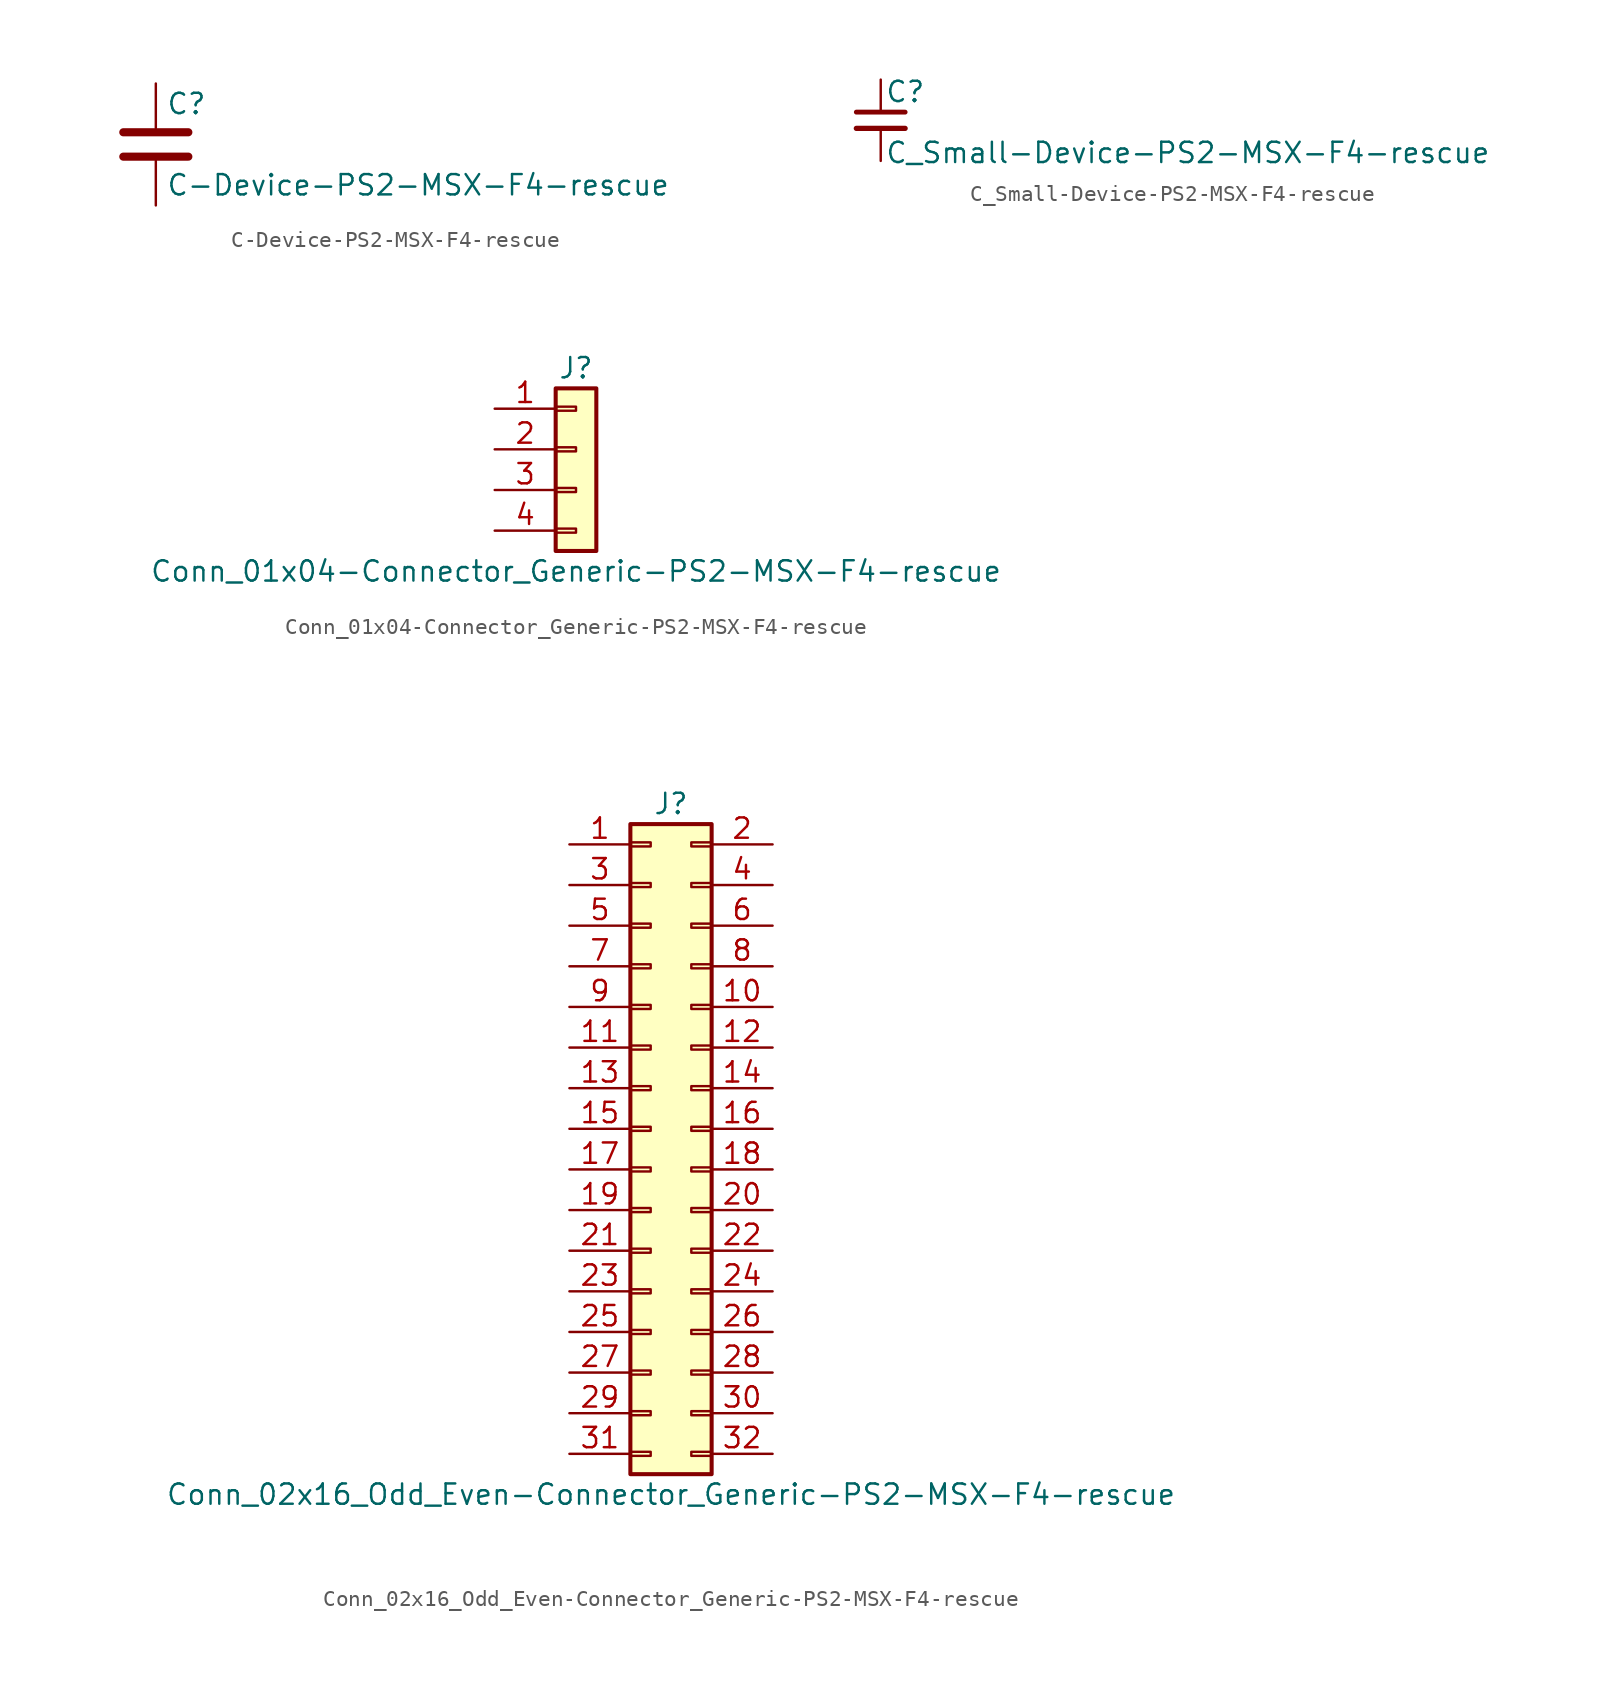
<source format=kicad_sym>
(kicad_symbol_lib
  (version 20211014)
  (generator kicad_symbol_editor)
  (symbol "C-Device-PS2-MSX-F4-rescue"
    (pin_numbers hide)
    (pin_names
      (offset 0.254))
    (property "Reference" "C"
      (at 0.635 2.54 0)
      (effects (font (size 1.27 1.27)) (justify left)))
    (property "Value" "C-Device-PS2-MSX-F4-rescue"
      (at 0.635 -2.54 0)
      (effects (font (size 1.27 1.27)) (justify left)))
    (symbol "C-Device-PS2-MSX-F4-rescue_0_1"
      (polyline (pts (xy -2.032 -0.762) (xy 2.032 -0.762)) (stroke (width 0.508) (type default) (color 0 0 0 0)) (fill (type none)))
      (polyline (pts (xy -2.032 0.762) (xy 2.032 0.762)) (stroke (width 0.508) (type default) (color 0 0 0 0)) (fill (type none))))
    (symbol "C-Device-PS2-MSX-F4-rescue_1_1"
      (pin passive line (at 0 3.81 270) (length 2.794) (name "~" (effects (font (size 1.27 1.27)))) (number "1" (effects (font (size 1.27 1.27)))))
      (pin passive line (at 0 -3.81 90) (length 2.794) (name "~" (effects (font (size 1.27 1.27)))) (number "2" (effects (font (size 1.27 1.27)))))))
  (symbol "C_Small-Device-PS2-MSX-F4-rescue"
    (pin_numbers hide)
    (pin_names
      (offset 0.254) hide)
    (property "Reference" "C"
      (at 0.254 1.778 0)
      (effects (font (size 1.27 1.27)) (justify left)))
    (property "Value" "C_Small-Device-PS2-MSX-F4-rescue"
      (at 0.254 -2.032 0)
      (effects (font (size 1.27 1.27)) (justify left)))
    (symbol "C_Small-Device-PS2-MSX-F4-rescue_0_1"
      (polyline (pts (xy -1.524 -0.508) (xy 1.524 -0.508)) (stroke (width 0.33) (type default) (color 0 0 0 0)) (fill (type none)))
      (polyline (pts (xy -1.524 0.508) (xy 1.524 0.508)) (stroke (width 0.305) (type default) (color 0 0 0 0)) (fill (type none))))
    (symbol "C_Small-Device-PS2-MSX-F4-rescue_1_1"
      (pin passive line (at 0 2.54 270) (length 2.032) (name "~" (effects (font (size 1.27 1.27)))) (number "1" (effects (font (size 1.27 1.27)))))
      (pin passive line (at 0 -2.54 90) (length 2.032) (name "~" (effects (font (size 1.27 1.27)))) (number "2" (effects (font (size 1.27 1.27)))))))
  (symbol "Conn_01x04-Connector_Generic-PS2-MSX-F4-rescue"
    (pin_names
      (offset 1.016) hide)
    (property "Reference" "J"
      (at 0 5.08 0)
      (effects (font (size 1.27 1.27))))
    (property "Value" "Conn_01x04-Connector_Generic-PS2-MSX-F4-rescue"
      (at 0 -7.62 0)
      (effects (font (size 1.27 1.27))))
    (symbol "Conn_01x04-Connector_Generic-PS2-MSX-F4-rescue_1_1"
      (rectangle (start -1.27 -4.953) (end 0 -5.207) (stroke (width 0.152) (type default) (color 0 0 0 0)) (fill (type none)))
      (rectangle (start -1.27 -2.413) (end 0 -2.667) (stroke (width 0.152) (type default) (color 0 0 0 0)) (fill (type none)))
      (rectangle (start -1.27 0.127) (end 0 -0.127) (stroke (width 0.152) (type default) (color 0 0 0 0)) (fill (type none)))
      (rectangle (start -1.27 2.667) (end 0 2.413) (stroke (width 0.152) (type default) (color 0 0 0 0)) (fill (type none)))
      (rectangle (start -1.27 3.81) (end 1.27 -6.35) (stroke (width 0.254) (type default) (color 0 0 0 0)) (fill (type background)))
      (pin passive line (at -5.08 2.54 0) (length 3.81) (name "Pin_1" (effects (font (size 1.27 1.27)))) (number "1" (effects (font (size 1.27 1.27)))))
      (pin passive line (at -5.08 0 0) (length 3.81) (name "Pin_2" (effects (font (size 1.27 1.27)))) (number "2" (effects (font (size 1.27 1.27)))))
      (pin passive line (at -5.08 -2.54 0) (length 3.81) (name "Pin_3" (effects (font (size 1.27 1.27)))) (number "3" (effects (font (size 1.27 1.27)))))
      (pin passive line (at -5.08 -5.08 0) (length 3.81) (name "Pin_4" (effects (font (size 1.27 1.27)))) (number "4" (effects (font (size 1.27 1.27)))))))
  (symbol "Conn_02x16_Odd_Even-Connector_Generic-PS2-MSX-F4-rescue"
    (pin_names
      (offset 1.016) hide)
    (property "Reference" "J"
      (at 1.27 20.32 0)
      (effects (font (size 1.27 1.27))))
    (property "Value" "Conn_02x16_Odd_Even-Connector_Generic-PS2-MSX-F4-rescue"
      (at 1.27 -22.86 0)
      (effects (font (size 1.27 1.27))))
    (symbol "Conn_02x16_Odd_Even-Connector_Generic-PS2-MSX-F4-rescue_1_1"
      (rectangle (start -1.27 -20.193) (end 0 -20.447) (stroke (width 0.152) (type default) (color 0 0 0 0)) (fill (type none)))
      (rectangle (start -1.27 -17.653) (end 0 -17.907) (stroke (width 0.152) (type default) (color 0 0 0 0)) (fill (type none)))
      (rectangle (start -1.27 -15.113) (end 0 -15.367) (stroke (width 0.152) (type default) (color 0 0 0 0)) (fill (type none)))
      (rectangle (start -1.27 -12.573) (end 0 -12.827) (stroke (width 0.152) (type default) (color 0 0 0 0)) (fill (type none)))
      (rectangle (start -1.27 -10.033) (end 0 -10.287) (stroke (width 0.152) (type default) (color 0 0 0 0)) (fill (type none)))
      (rectangle (start -1.27 -7.493) (end 0 -7.747) (stroke (width 0.152) (type default) (color 0 0 0 0)) (fill (type none)))
      (rectangle (start -1.27 -4.953) (end 0 -5.207) (stroke (width 0.152) (type default) (color 0 0 0 0)) (fill (type none)))
      (rectangle (start -1.27 -2.413) (end 0 -2.667) (stroke (width 0.152) (type default) (color 0 0 0 0)) (fill (type none)))
      (rectangle (start -1.27 0.127) (end 0 -0.127) (stroke (width 0.152) (type default) (color 0 0 0 0)) (fill (type none)))
      (rectangle (start -1.27 2.667) (end 0 2.413) (stroke (width 0.152) (type default) (color 0 0 0 0)) (fill (type none)))
      (rectangle (start -1.27 5.207) (end 0 4.953) (stroke (width 0.152) (type default) (color 0 0 0 0)) (fill (type none)))
      (rectangle (start -1.27 7.747) (end 0 7.493) (stroke (width 0.152) (type default) (color 0 0 0 0)) (fill (type none)))
      (rectangle (start -1.27 10.287) (end 0 10.033) (stroke (width 0.152) (type default) (color 0 0 0 0)) (fill (type none)))
      (rectangle (start -1.27 12.827) (end 0 12.573) (stroke (width 0.152) (type default) (color 0 0 0 0)) (fill (type none)))
      (rectangle (start -1.27 15.367) (end 0 15.113) (stroke (width 0.152) (type default) (color 0 0 0 0)) (fill (type none)))
      (rectangle (start -1.27 17.907) (end 0 17.653) (stroke (width 0.152) (type default) (color 0 0 0 0)) (fill (type none)))
      (rectangle (start -1.27 19.05) (end 3.81 -21.59) (stroke (width 0.254) (type default) (color 0 0 0 0)) (fill (type background)))
      (rectangle (start 3.81 -20.193) (end 2.54 -20.447) (stroke (width 0.152) (type default) (color 0 0 0 0)) (fill (type none)))
      (rectangle (start 3.81 -17.653) (end 2.54 -17.907) (stroke (width 0.152) (type default) (color 0 0 0 0)) (fill (type none)))
      (rectangle (start 3.81 -15.113) (end 2.54 -15.367) (stroke (width 0.152) (type default) (color 0 0 0 0)) (fill (type none)))
      (rectangle (start 3.81 -12.573) (end 2.54 -12.827) (stroke (width 0.152) (type default) (color 0 0 0 0)) (fill (type none)))
      (rectangle (start 3.81 -10.033) (end 2.54 -10.287) (stroke (width 0.152) (type default) (color 0 0 0 0)) (fill (type none)))
      (rectangle (start 3.81 -7.493) (end 2.54 -7.747) (stroke (width 0.152) (type default) (color 0 0 0 0)) (fill (type none)))
      (rectangle (start 3.81 -4.953) (end 2.54 -5.207) (stroke (width 0.152) (type default) (color 0 0 0 0)) (fill (type none)))
      (rectangle (start 3.81 -2.413) (end 2.54 -2.667) (stroke (width 0.152) (type default) (color 0 0 0 0)) (fill (type none)))
      (rectangle (start 3.81 0.127) (end 2.54 -0.127) (stroke (width 0.152) (type default) (color 0 0 0 0)) (fill (type none)))
      (rectangle (start 3.81 2.667) (end 2.54 2.413) (stroke (width 0.152) (type default) (color 0 0 0 0)) (fill (type none)))
      (rectangle (start 3.81 5.207) (end 2.54 4.953) (stroke (width 0.152) (type default) (color 0 0 0 0)) (fill (type none)))
      (rectangle (start 3.81 7.747) (end 2.54 7.493) (stroke (width 0.152) (type default) (color 0 0 0 0)) (fill (type none)))
      (rectangle (start 3.81 10.287) (end 2.54 10.033) (stroke (width 0.152) (type default) (color 0 0 0 0)) (fill (type none)))
      (rectangle (start 3.81 12.827) (end 2.54 12.573) (stroke (width 0.152) (type default) (color 0 0 0 0)) (fill (type none)))
      (rectangle (start 3.81 15.367) (end 2.54 15.113) (stroke (width 0.152) (type default) (color 0 0 0 0)) (fill (type none)))
      (rectangle (start 3.81 17.907) (end 2.54 17.653) (stroke (width 0.152) (type default) (color 0 0 0 0)) (fill (type none)))
      (pin passive line (at -5.08 17.78 0) (length 3.81) (name "Pin_1" (effects (font (size 1.27 1.27)))) (number "1" (effects (font (size 1.27 1.27)))))
      (pin passive line (at 7.62 7.62 180) (length 3.81) (name "Pin_10" (effects (font (size 1.27 1.27)))) (number "10" (effects (font (size 1.27 1.27)))))
      (pin passive line (at -5.08 5.08 0) (length 3.81) (name "Pin_11" (effects (font (size 1.27 1.27)))) (number "11" (effects (font (size 1.27 1.27)))))
      (pin passive line (at 7.62 5.08 180) (length 3.81) (name "Pin_12" (effects (font (size 1.27 1.27)))) (number "12" (effects (font (size 1.27 1.27)))))
      (pin passive line (at -5.08 2.54 0) (length 3.81) (name "Pin_13" (effects (font (size 1.27 1.27)))) (number "13" (effects (font (size 1.27 1.27)))))
      (pin passive line (at 7.62 2.54 180) (length 3.81) (name "Pin_14" (effects (font (size 1.27 1.27)))) (number "14" (effects (font (size 1.27 1.27)))))
      (pin passive line (at -5.08 0 0) (length 3.81) (name "Pin_15" (effects (font (size 1.27 1.27)))) (number "15" (effects (font (size 1.27 1.27)))))
      (pin passive line (at 7.62 0 180) (length 3.81) (name "Pin_16" (effects (font (size 1.27 1.27)))) (number "16" (effects (font (size 1.27 1.27)))))
      (pin passive line (at -5.08 -2.54 0) (length 3.81) (name "Pin_17" (effects (font (size 1.27 1.27)))) (number "17" (effects (font (size 1.27 1.27)))))
      (pin passive line (at 7.62 -2.54 180) (length 3.81) (name "Pin_18" (effects (font (size 1.27 1.27)))) (number "18" (effects (font (size 1.27 1.27)))))
      (pin passive line (at -5.08 -5.08 0) (length 3.81) (name "Pin_19" (effects (font (size 1.27 1.27)))) (number "19" (effects (font (size 1.27 1.27)))))
      (pin passive line (at 7.62 17.78 180) (length 3.81) (name "Pin_2" (effects (font (size 1.27 1.27)))) (number "2" (effects (font (size 1.27 1.27)))))
      (pin passive line (at 7.62 -5.08 180) (length 3.81) (name "Pin_20" (effects (font (size 1.27 1.27)))) (number "20" (effects (font (size 1.27 1.27)))))
      (pin passive line (at -5.08 -7.62 0) (length 3.81) (name "Pin_21" (effects (font (size 1.27 1.27)))) (number "21" (effects (font (size 1.27 1.27)))))
      (pin passive line (at 7.62 -7.62 180) (length 3.81) (name "Pin_22" (effects (font (size 1.27 1.27)))) (number "22" (effects (font (size 1.27 1.27)))))
      (pin passive line (at -5.08 -10.16 0) (length 3.81) (name "Pin_23" (effects (font (size 1.27 1.27)))) (number "23" (effects (font (size 1.27 1.27)))))
      (pin passive line (at 7.62 -10.16 180) (length 3.81) (name "Pin_24" (effects (font (size 1.27 1.27)))) (number "24" (effects (font (size 1.27 1.27)))))
      (pin passive line (at -5.08 -12.7 0) (length 3.81) (name "Pin_25" (effects (font (size 1.27 1.27)))) (number "25" (effects (font (size 1.27 1.27)))))
      (pin passive line (at 7.62 -12.7 180) (length 3.81) (name "Pin_26" (effects (font (size 1.27 1.27)))) (number "26" (effects (font (size 1.27 1.27)))))
      (pin passive line (at -5.08 -15.24 0) (length 3.81) (name "Pin_27" (effects (font (size 1.27 1.27)))) (number "27" (effects (font (size 1.27 1.27)))))
      (pin passive line (at 7.62 -15.24 180) (length 3.81) (name "Pin_28" (effects (font (size 1.27 1.27)))) (number "28" (effects (font (size 1.27 1.27)))))
      (pin passive line (at -5.08 -17.78 0) (length 3.81) (name "Pin_29" (effects (font (size 1.27 1.27)))) (number "29" (effects (font (size 1.27 1.27)))))
      (pin passive line (at -5.08 15.24 0) (length 3.81) (name "Pin_3" (effects (font (size 1.27 1.27)))) (number "3" (effects (font (size 1.27 1.27)))))
      (pin passive line (at 7.62 -17.78 180) (length 3.81) (name "Pin_30" (effects (font (size 1.27 1.27)))) (number "30" (effects (font (size 1.27 1.27)))))
      (pin passive line (at -5.08 -20.32 0) (length 3.81) (name "Pin_31" (effects (font (size 1.27 1.27)))) (number "31" (effects (font (size 1.27 1.27)))))
      (pin passive line (at 7.62 -20.32 180) (length 3.81) (name "Pin_32" (effects (font (size 1.27 1.27)))) (number "32" (effects (font (size 1.27 1.27)))))
      (pin passive line (at 7.62 15.24 180) (length 3.81) (name "Pin_4" (effects (font (size 1.27 1.27)))) (number "4" (effects (font (size 1.27 1.27)))))
      (pin passive line (at -5.08 12.7 0) (length 3.81) (name "Pin_5" (effects (font (size 1.27 1.27)))) (number "5" (effects (font (size 1.27 1.27)))))
      (pin passive line (at 7.62 12.7 180) (length 3.81) (name "Pin_6" (effects (font (size 1.27 1.27)))) (number "6" (effects (font (size 1.27 1.27)))))
      (pin passive line (at -5.08 10.16 0) (length 3.81) (name "Pin_7" (effects (font (size 1.27 1.27)))) (number "7" (effects (font (size 1.27 1.27)))))
      (pin passive line (at 7.62 10.16 180) (length 3.81) (name "Pin_8" (effects (font (size 1.27 1.27)))) (number "8" (effects (font (size 1.27 1.27)))))
      (pin passive line (at -5.08 7.62 0) (length 3.81) (name "Pin_9" (effects (font (size 1.27 1.27)))) (number "9" (effects (font (size 1.27 1.27))))))))
</source>
